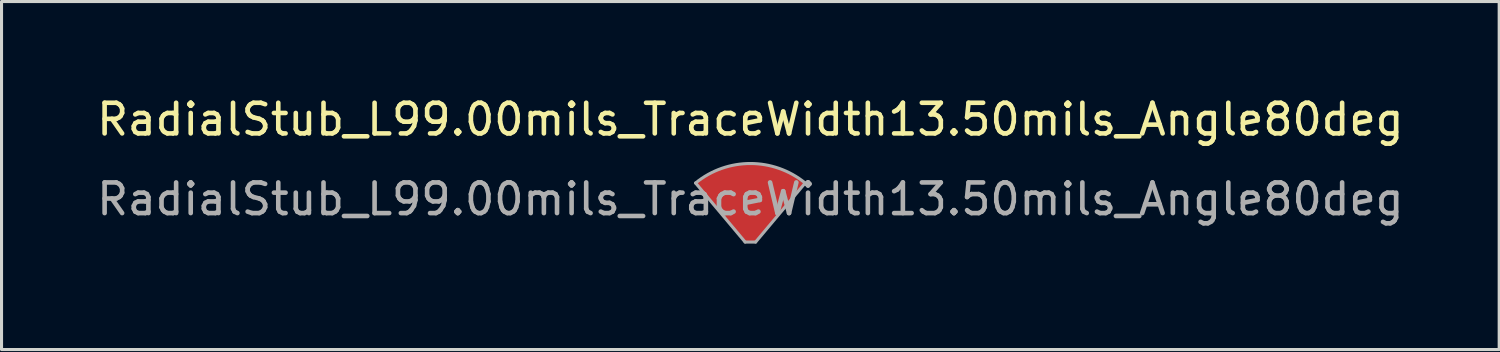
<source format=kicad_pcb>
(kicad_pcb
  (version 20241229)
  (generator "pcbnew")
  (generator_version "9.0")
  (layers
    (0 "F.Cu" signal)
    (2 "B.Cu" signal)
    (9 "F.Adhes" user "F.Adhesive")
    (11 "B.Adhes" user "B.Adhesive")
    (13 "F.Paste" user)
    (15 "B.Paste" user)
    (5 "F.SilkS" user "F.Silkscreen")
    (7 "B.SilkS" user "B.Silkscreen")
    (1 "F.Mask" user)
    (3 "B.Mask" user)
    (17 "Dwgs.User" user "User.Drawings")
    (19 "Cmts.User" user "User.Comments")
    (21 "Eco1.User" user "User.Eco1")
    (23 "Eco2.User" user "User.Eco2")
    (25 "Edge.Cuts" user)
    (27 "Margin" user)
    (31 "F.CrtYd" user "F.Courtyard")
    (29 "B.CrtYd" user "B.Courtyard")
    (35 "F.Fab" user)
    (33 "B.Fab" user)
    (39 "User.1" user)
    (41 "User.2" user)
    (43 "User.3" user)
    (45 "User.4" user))
  (footprint "RadialStub_L99.00mils_TraceWidth13.50mils_Angle80deg"
    (layer "F.Cu")
    (at 21.435 4.848)
    (property "Reference" "RadialStub_L99.00mils_TraceWidth13.50mils_Angle80deg" (at 0 -4 0) (layer "F.SilkS") (effects (font (size 1 1) (thickness 0.15))))
    (attr smd)
    (fp_poly (pts (xy -0.679 0.508) (xy -2.949 -2.197) (xy -2.798 -2.318) (xy -2.641 -2.433) (xy -2.48 -2.542) (xy -2.315 -2.643) (xy -2.145 -2.737) (xy -1.972 -2.825) (xy -1.795 -2.904) (xy -1.615 -2.976) (xy -1.431 -3.041) (xy -1.246 -3.097) (xy -1.058 -3.146) (xy -0.868 -3.187) (xy -0.677 -3.22) (xy -0.484 -3.244) (xy -0.291 -3.261) (xy -0.097 -3.269) (xy 0.097 -3.269) (xy 0.291 -3.261) (xy 0.484 -3.244) (xy 0.677 -3.22) (xy 0.868 -3.187) (xy 1.058 -3.146) (xy 1.246 -3.097) (xy 1.431 -3.041) (xy 1.615 -2.976) (xy 1.795 -2.904) (xy 1.972 -2.825) (xy 2.145 -2.737) (xy 2.315 -2.643) (xy 2.48 -2.542) (xy 2.641 -2.433) (xy 2.798 -2.318) (xy 2.949 -2.197) (xy 0.679 0.508)) (stroke (width 0) (type solid)) (fill yes) (layer "F.Mask"))
    (fp_line (start -0.171 0) (end -1.788 -1.926) (stroke (width 0.1) (type solid)) (layer "F.Fab"))
    (fp_line (start 0.171 0) (end -0.171 0) (stroke (width 0.1) (type solid)) (layer "F.Fab"))
    (fp_line (start 0.171 0) (end 1.788 -1.926) (stroke (width 0.1) (type solid)) (layer "F.Fab"))
    (fp_arc (start -1.787804 -1.926295) (mid 0 -2.562687) (end 1.787803 -1.926295) (stroke (width 0.1) (type solid)) (layer "F.Fab"))
    (fp_text user "${REFERENCE}" (at 0 -1.4 0) (layer "F.Fab") (effects (font (size 1 1) (thickness 0.15))))
    (pad "1" smd custom (at 0 -0.086) (size 0.343 0.171) (layers "F.Cu") (options (anchor rect)) (primitives (gr_poly (pts (xy -0.171 0.086) (xy -1.788 -1.841) (xy -1.635 -1.96) (xy -1.474 -2.069) (xy -1.306 -2.166) (xy -1.131 -2.251) (xy -0.951 -2.324) (xy -0.767 -2.384) (xy -0.578 -2.43) (xy -0.387 -2.464) (xy -0.194 -2.485) (xy 0 -2.491) (xy 0.194 -2.485) (xy 0.387 -2.464) (xy 0.578 -2.43) (xy 0.767 -2.384) (xy 0.951 -2.324) (xy 1.131 -2.251) (xy 1.306 -2.166) (xy 1.474 -2.069) (xy 1.635 -1.96) (xy 1.788 -1.841) (xy 0.171 0.086)) (width 0) (fill yes)))))
  (gr_rect
    (start -3 -3)
    (end 45.869 8.356)
    (stroke (width 0.1) (type default))
    (fill no)
    (layer "Edge.Cuts")))
</source>
